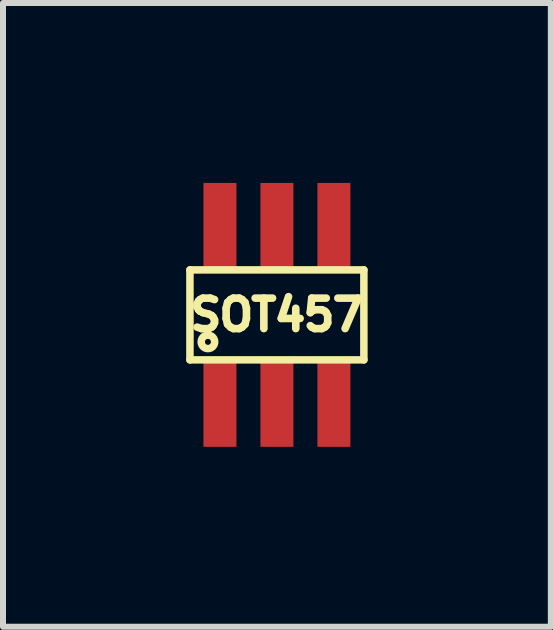
<source format=kicad_pcb>
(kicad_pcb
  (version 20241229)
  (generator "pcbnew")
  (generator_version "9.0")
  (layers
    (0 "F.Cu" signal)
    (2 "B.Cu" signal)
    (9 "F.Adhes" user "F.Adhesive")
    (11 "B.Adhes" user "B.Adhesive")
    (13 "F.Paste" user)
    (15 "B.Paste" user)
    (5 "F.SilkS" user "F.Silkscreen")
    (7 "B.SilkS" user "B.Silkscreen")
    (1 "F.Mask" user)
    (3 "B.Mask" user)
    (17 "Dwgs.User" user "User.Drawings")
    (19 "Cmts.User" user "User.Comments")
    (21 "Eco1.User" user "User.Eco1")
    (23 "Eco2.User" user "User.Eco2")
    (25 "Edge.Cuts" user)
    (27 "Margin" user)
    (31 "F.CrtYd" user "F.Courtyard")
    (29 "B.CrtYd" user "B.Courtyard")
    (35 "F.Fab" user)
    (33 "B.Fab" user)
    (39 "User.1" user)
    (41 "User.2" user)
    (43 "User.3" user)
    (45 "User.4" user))
  (footprint "SOT457"
    (layer "F.Cu")
    (at 1.567 2.2)
    (property "Reference" "SOT457" (at 0 0 0) (layer "F.SilkS") (effects (font (size 0.508 0.508) (thickness 0.127))))
    (attr through_hole)
    (fp_line (start -1.45 -0.75) (end 1.45 -0.75) (stroke (width 0.125) (type solid)) (layer "F.SilkS"))
    (fp_line (start -1.45 0.75) (end -1.45 -0.75) (stroke (width 0.125) (type solid)) (layer "F.SilkS"))
    (fp_line (start 1.45 -0.75) (end 1.45 0.75) (stroke (width 0.125) (type solid)) (layer "F.SilkS"))
    (fp_line (start 1.45 0.75) (end -1.45 0.75) (stroke (width 0.125) (type solid)) (layer "F.SilkS"))
    (fp_circle (center -1.15 0.45) (end -1.15 0.5) (stroke (width 0.125) (type solid)) (fill no) (layer "F.SilkS"))
    (pad "1" smd rect (at -0.95 1.45) (size 0.55 1.5) (layers "F.Cu" "F.Mask" "F.Paste"))
    (pad "2" smd rect (at 0 1.45) (size 0.55 1.5) (layers "F.Cu" "F.Mask" "F.Paste"))
    (pad "3" smd rect (at 0.95 1.45) (size 0.55 1.5) (layers "F.Cu" "F.Mask" "F.Paste"))
    (pad "4" smd rect (at 0.95 -1.45) (size 0.55 1.5) (layers "F.Cu" "F.Mask" "F.Paste"))
    (pad "5" smd rect (at 0 -1.45) (size 0.55 1.5) (layers "F.Cu" "F.Mask" "F.Paste"))
    (pad "6" smd rect (at -0.95 -1.45) (size 0.55 1.5) (layers "F.Cu" "F.Mask" "F.Paste")))
  (gr_rect
    (start -3 -3)
    (end 6.134 7.4)
    (stroke (width 0.1) (type default))
    (fill no)
    (layer "Edge.Cuts")))
</source>
